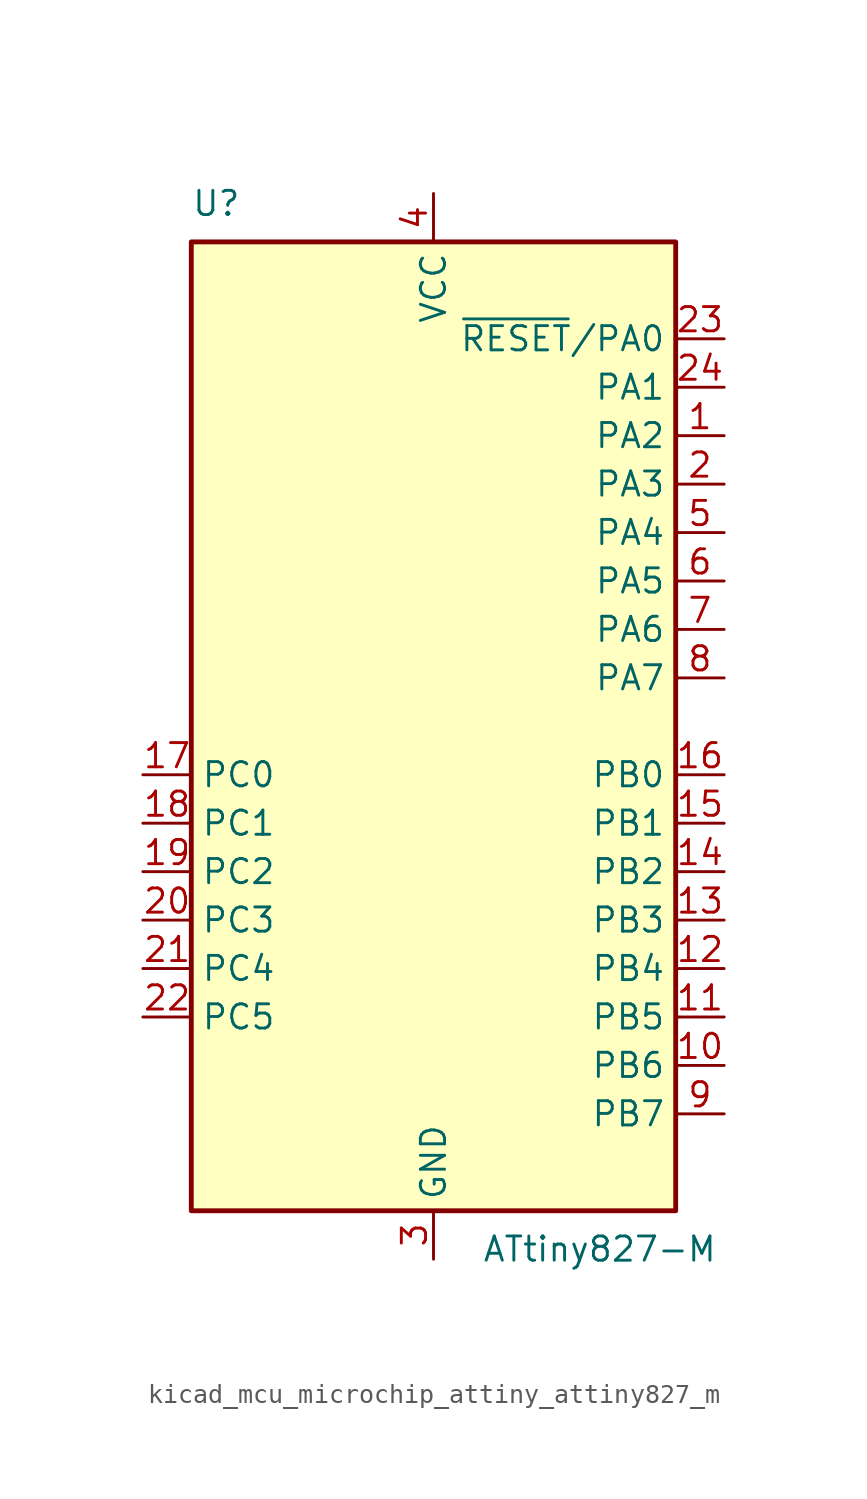
<source format=kicad_sym>
(kicad_symbol_lib
  (version 20220914)
  (generator kicad_symbol_editor)
  (symbol "kicad_mcu_microchip_attiny_attiny827_m"
    (property "Reference" "U"
      (at -12.7 26.67 0)
      (effects (font (size 1.27 1.27)) (justify left bottom)))
    (property "Value" "ATtiny827-M"
      (at 2.54 -26.67 0)
      (effects (font (size 1.27 1.27)) (justify left top)))
    (symbol "kicad_mcu_microchip_attiny_attiny827_m_0_1"
      (rectangle (start -12.7 -25.4) (end 12.7 25.4) (stroke (width 0.254) (type default)) (fill (type background))))
    (symbol "kicad_mcu_microchip_attiny_attiny827_m_1_1"
      (pin bidirectional line (at 15.24 15.24 180) (length 2.54) (name "PA2" (effects (font (size 1.27 1.27)))) (number "1" (effects (font (size 1.27 1.27)))))
      (pin bidirectional line (at 15.24 -17.78 180) (length 2.54) (name "PB6" (effects (font (size 1.27 1.27)))) (number "10" (effects (font (size 1.27 1.27)))))
      (pin bidirectional line (at 15.24 -15.24 180) (length 2.54) (name "PB5" (effects (font (size 1.27 1.27)))) (number "11" (effects (font (size 1.27 1.27)))))
      (pin bidirectional line (at 15.24 -12.7 180) (length 2.54) (name "PB4" (effects (font (size 1.27 1.27)))) (number "12" (effects (font (size 1.27 1.27)))))
      (pin bidirectional line (at 15.24 -10.16 180) (length 2.54) (name "PB3" (effects (font (size 1.27 1.27)))) (number "13" (effects (font (size 1.27 1.27)))))
      (pin bidirectional line (at 15.24 -7.62 180) (length 2.54) (name "PB2" (effects (font (size 1.27 1.27)))) (number "14" (effects (font (size 1.27 1.27)))))
      (pin bidirectional line (at 15.24 -5.08 180) (length 2.54) (name "PB1" (effects (font (size 1.27 1.27)))) (number "15" (effects (font (size 1.27 1.27)))))
      (pin bidirectional line (at 15.24 -2.54 180) (length 2.54) (name "PB0" (effects (font (size 1.27 1.27)))) (number "16" (effects (font (size 1.27 1.27)))))
      (pin bidirectional line (at -15.24 -2.54 0) (length 2.54) (name "PC0" (effects (font (size 1.27 1.27)))) (number "17" (effects (font (size 1.27 1.27)))))
      (pin bidirectional line (at -15.24 -5.08 0) (length 2.54) (name "PC1" (effects (font (size 1.27 1.27)))) (number "18" (effects (font (size 1.27 1.27)))))
      (pin bidirectional line (at -15.24 -7.62 0) (length 2.54) (name "PC2" (effects (font (size 1.27 1.27)))) (number "19" (effects (font (size 1.27 1.27)))))
      (pin bidirectional line (at 15.24 12.7 180) (length 2.54) (name "PA3" (effects (font (size 1.27 1.27)))) (number "2" (effects (font (size 1.27 1.27)))))
      (pin bidirectional line (at -15.24 -10.16 0) (length 2.54) (name "PC3" (effects (font (size 1.27 1.27)))) (number "20" (effects (font (size 1.27 1.27)))))
      (pin bidirectional line (at -15.24 -12.7 0) (length 2.54) (name "PC4" (effects (font (size 1.27 1.27)))) (number "21" (effects (font (size 1.27 1.27)))))
      (pin bidirectional line (at -15.24 -15.24 0) (length 2.54) (name "PC5" (effects (font (size 1.27 1.27)))) (number "22" (effects (font (size 1.27 1.27)))))
      (pin bidirectional line (at 15.24 20.32 180) (length 2.54) (name "~{RESET}/PA0" (effects (font (size 1.27 1.27)))) (number "23" (effects (font (size 1.27 1.27)))))
      (pin bidirectional line (at 15.24 17.78 180) (length 2.54) (name "PA1" (effects (font (size 1.27 1.27)))) (number "24" (effects (font (size 1.27 1.27)))))
      (pin passive line (at 0 -27.94 90) (length 2.54) hide (name "GND" (effects (font (size 1.27 1.27)))) (number "25" (effects (font (size 1.27 1.27)))))
      (pin power_in line (at 0 -27.94 90) (length 2.54) (name "GND" (effects (font (size 1.27 1.27)))) (number "3" (effects (font (size 1.27 1.27)))))
      (pin power_in line (at 0 27.94 270) (length 2.54) (name "VCC" (effects (font (size 1.27 1.27)))) (number "4" (effects (font (size 1.27 1.27)))))
      (pin bidirectional line (at 15.24 10.16 180) (length 2.54) (name "PA4" (effects (font (size 1.27 1.27)))) (number "5" (effects (font (size 1.27 1.27)))))
      (pin bidirectional line (at 15.24 7.62 180) (length 2.54) (name "PA5" (effects (font (size 1.27 1.27)))) (number "6" (effects (font (size 1.27 1.27)))))
      (pin bidirectional line (at 15.24 5.08 180) (length 2.54) (name "PA6" (effects (font (size 1.27 1.27)))) (number "7" (effects (font (size 1.27 1.27)))))
      (pin bidirectional line (at 15.24 2.54 180) (length 2.54) (name "PA7" (effects (font (size 1.27 1.27)))) (number "8" (effects (font (size 1.27 1.27)))))
      (pin bidirectional line (at 15.24 -20.32 180) (length 2.54) (name "PB7" (effects (font (size 1.27 1.27)))) (number "9" (effects (font (size 1.27 1.27))))))))
</source>
